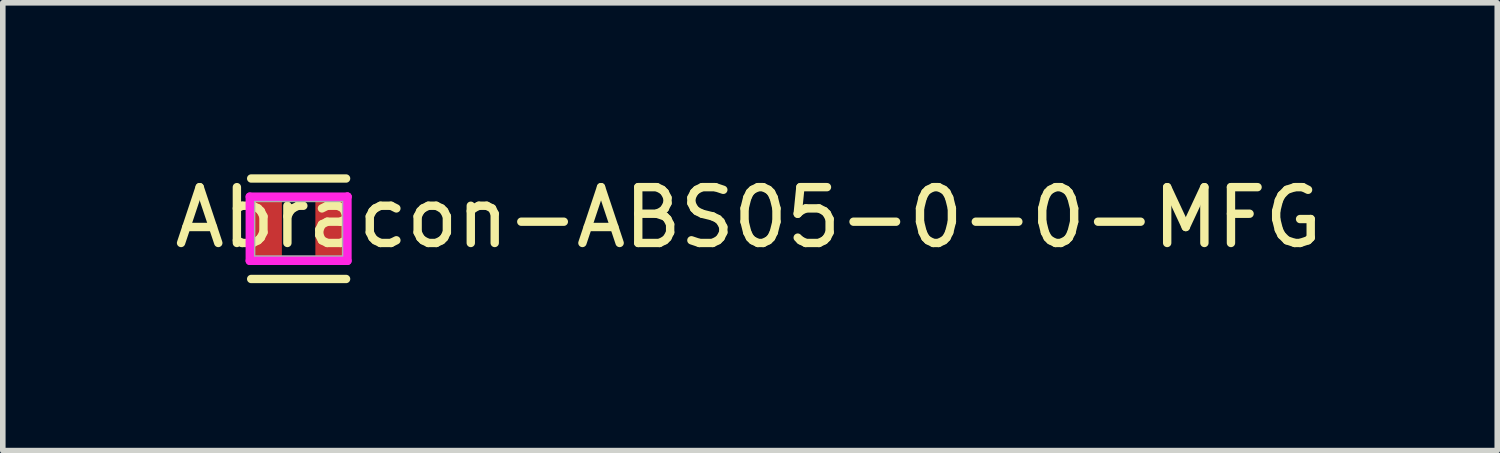
<source format=kicad_pcb>
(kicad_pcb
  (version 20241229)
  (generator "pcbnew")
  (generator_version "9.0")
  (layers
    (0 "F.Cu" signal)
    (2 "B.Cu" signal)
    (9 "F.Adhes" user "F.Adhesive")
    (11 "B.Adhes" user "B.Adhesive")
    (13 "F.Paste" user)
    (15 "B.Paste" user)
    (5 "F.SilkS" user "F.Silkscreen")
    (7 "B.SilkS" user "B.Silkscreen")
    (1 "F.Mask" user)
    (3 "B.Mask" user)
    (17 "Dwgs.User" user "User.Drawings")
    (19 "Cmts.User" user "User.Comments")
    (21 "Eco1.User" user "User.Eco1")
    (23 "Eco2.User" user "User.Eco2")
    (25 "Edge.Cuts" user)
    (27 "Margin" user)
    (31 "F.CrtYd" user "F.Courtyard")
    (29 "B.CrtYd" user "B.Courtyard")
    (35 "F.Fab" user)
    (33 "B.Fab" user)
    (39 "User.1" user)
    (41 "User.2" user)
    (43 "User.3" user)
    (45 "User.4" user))
  (footprint "Abracon-ABS05-0-0-MFG"
    (layer "F.Cu")
    (at 2.3 1.048)
    (property "Reference" "Abracon-ABS05-0-0-MFG" (at -2.3 -0.2 0) (layer "F.SilkS") (effects (font (size 1 1) (thickness 0.15)) (justify left)))
    (attr through_hole)
    (fp_line (start -0.85 -0.9) (end 0.85 -0.9) (stroke (width 0.15) (type solid)) (layer "F.SilkS"))
    (fp_line (start -0.85 0.9) (end 0.85 0.9) (stroke (width 0.15) (type solid)) (layer "F.SilkS"))
    (fp_line (start -0.875 -0.575) (end -0.875 0.575) (stroke (width 0.15) (type solid)) (layer "F.CrtYd"))
    (fp_line (start -0.875 0.575) (end 0.875 0.575) (stroke (width 0.15) (type solid)) (layer "F.CrtYd"))
    (fp_line (start 0.875 -0.575) (end -0.875 -0.575) (stroke (width 0.15) (type solid)) (layer "F.CrtYd"))
    (fp_line (start 0.875 -0.575) (end 0.875 -0.575) (stroke (width 0.15) (type solid)) (layer "F.CrtYd"))
    (fp_line (start 0.875 0.575) (end 0.875 -0.575) (stroke (width 0.15) (type solid)) (layer "F.CrtYd"))
    (fp_line (start -0.85 -0.55) (end 0.85 -0.55) (stroke (width 0.15) (type solid)) (layer "F.Fab"))
    (fp_line (start -0.85 0.55) (end -0.85 -0.55) (stroke (width 0.15) (type solid)) (layer "F.Fab"))
    (fp_line (start 0.85 -0.55) (end 0.85 0.55) (stroke (width 0.15) (type solid)) (layer "F.Fab"))
    (fp_line (start 0.85 0.55) (end -0.85 0.55) (stroke (width 0.15) (type solid)) (layer "F.Fab"))
    (pad "1" smd rect (at -0.55 0) (size 0.5 1) (layers "F.Cu" "F.Mask" "F.Paste"))
    (pad "2" smd rect (at 0.55 0) (size 0.5 1) (layers "F.Cu" "F.Mask" "F.Paste")))
  (gr_rect
    (start -3 -3)
    (end 23.774 5.023)
    (stroke (width 0.1) (type default))
    (fill no)
    (layer "Edge.Cuts")))
</source>
